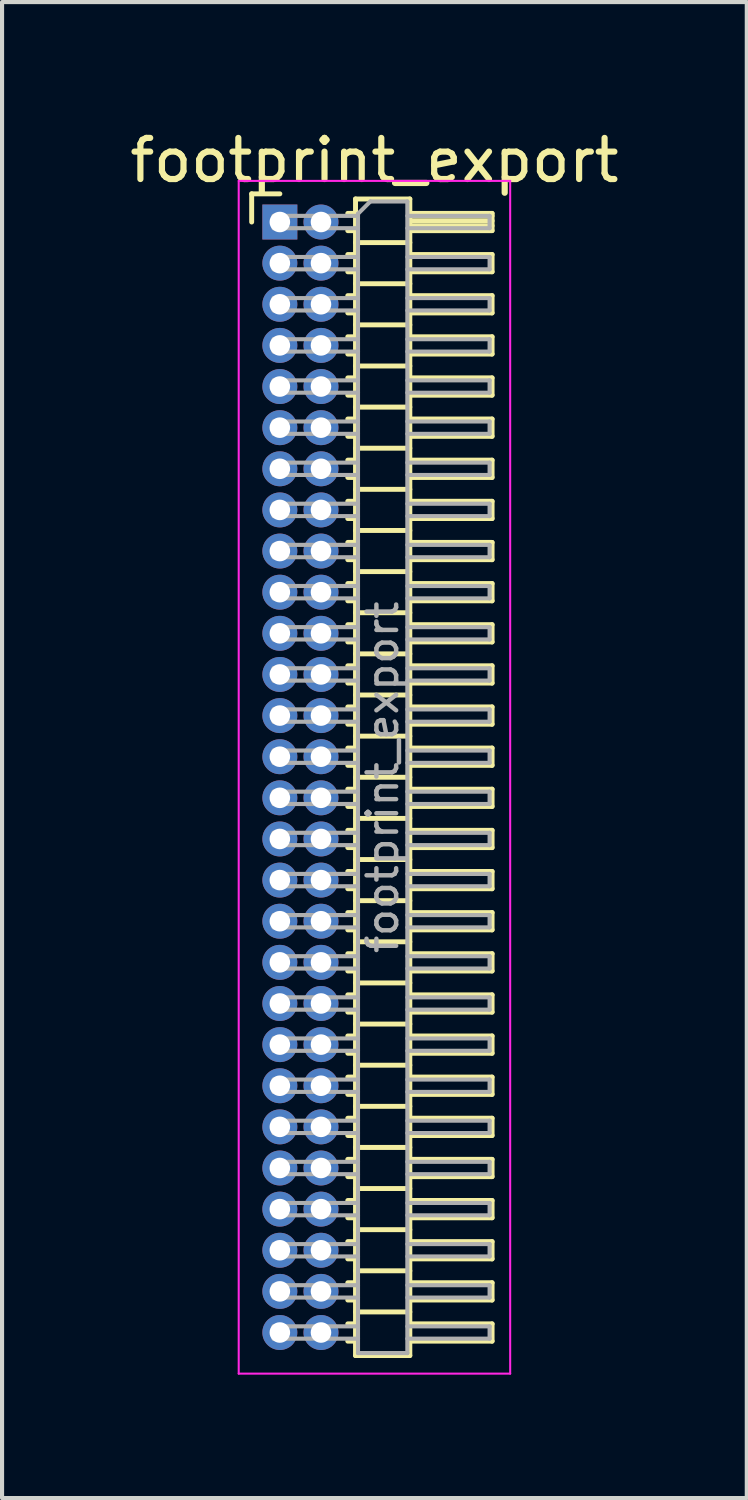
<source format=kicad_pcb>
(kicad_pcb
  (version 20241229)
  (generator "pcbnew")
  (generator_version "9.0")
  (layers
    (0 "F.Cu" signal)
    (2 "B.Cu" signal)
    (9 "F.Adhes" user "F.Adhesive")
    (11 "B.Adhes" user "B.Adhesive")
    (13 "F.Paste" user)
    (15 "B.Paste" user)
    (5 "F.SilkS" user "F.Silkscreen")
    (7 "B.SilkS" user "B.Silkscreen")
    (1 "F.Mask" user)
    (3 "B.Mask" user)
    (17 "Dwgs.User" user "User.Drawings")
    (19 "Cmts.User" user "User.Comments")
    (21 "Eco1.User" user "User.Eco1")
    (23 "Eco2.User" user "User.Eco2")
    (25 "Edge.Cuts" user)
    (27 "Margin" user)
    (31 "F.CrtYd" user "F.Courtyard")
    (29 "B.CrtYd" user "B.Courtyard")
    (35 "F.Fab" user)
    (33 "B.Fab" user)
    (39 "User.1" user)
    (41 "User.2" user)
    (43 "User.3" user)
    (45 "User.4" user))
  (footprint "footprint_export"
    (layer "F.Cu")
    (at 3.754 2.348)
    (property "Reference" "footprint_export" (at 2.3 -1.5 0) (layer "F.SilkS") (effects (font (size 1 1) (thickness 0.15))))
    (attr through_hole)
    (fp_line (start -0.685 -0.685) (end 0 -0.685) (stroke (width 0.12) (type solid)) (layer "F.SilkS"))
    (fp_line (start -0.685 0) (end -0.685 -0.685) (stroke (width 0.12) (type solid)) (layer "F.SilkS"))
    (fp_line (start 1.652 -0.21) (end 1.84 -0.21) (stroke (width 0.12) (type solid)) (layer "F.SilkS"))
    (fp_line (start 1.652 0.21) (end 1.84 0.21) (stroke (width 0.12) (type solid)) (layer "F.SilkS"))
    (fp_line (start 1.652 0.79) (end 1.84 0.79) (stroke (width 0.12) (type solid)) (layer "F.SilkS"))
    (fp_line (start 1.652 1.21) (end 1.84 1.21) (stroke (width 0.12) (type solid)) (layer "F.SilkS"))
    (fp_line (start 1.652 1.79) (end 1.84 1.79) (stroke (width 0.12) (type solid)) (layer "F.SilkS"))
    (fp_line (start 1.652 2.21) (end 1.84 2.21) (stroke (width 0.12) (type solid)) (layer "F.SilkS"))
    (fp_line (start 1.652 2.79) (end 1.84 2.79) (stroke (width 0.12) (type solid)) (layer "F.SilkS"))
    (fp_line (start 1.652 3.21) (end 1.84 3.21) (stroke (width 0.12) (type solid)) (layer "F.SilkS"))
    (fp_line (start 1.652 3.79) (end 1.84 3.79) (stroke (width 0.12) (type solid)) (layer "F.SilkS"))
    (fp_line (start 1.652 4.21) (end 1.84 4.21) (stroke (width 0.12) (type solid)) (layer "F.SilkS"))
    (fp_line (start 1.652 4.79) (end 1.84 4.79) (stroke (width 0.12) (type solid)) (layer "F.SilkS"))
    (fp_line (start 1.652 5.21) (end 1.84 5.21) (stroke (width 0.12) (type solid)) (layer "F.SilkS"))
    (fp_line (start 1.652 5.79) (end 1.84 5.79) (stroke (width 0.12) (type solid)) (layer "F.SilkS"))
    (fp_line (start 1.652 6.21) (end 1.84 6.21) (stroke (width 0.12) (type solid)) (layer "F.SilkS"))
    (fp_line (start 1.652 6.79) (end 1.84 6.79) (stroke (width 0.12) (type solid)) (layer "F.SilkS"))
    (fp_line (start 1.652 7.21) (end 1.84 7.21) (stroke (width 0.12) (type solid)) (layer "F.SilkS"))
    (fp_line (start 1.652 7.79) (end 1.84 7.79) (stroke (width 0.12) (type solid)) (layer "F.SilkS"))
    (fp_line (start 1.652 8.21) (end 1.84 8.21) (stroke (width 0.12) (type solid)) (layer "F.SilkS"))
    (fp_line (start 1.652 8.79) (end 1.84 8.79) (stroke (width 0.12) (type solid)) (layer "F.SilkS"))
    (fp_line (start 1.652 9.21) (end 1.84 9.21) (stroke (width 0.12) (type solid)) (layer "F.SilkS"))
    (fp_line (start 1.652 9.79) (end 1.84 9.79) (stroke (width 0.12) (type solid)) (layer "F.SilkS"))
    (fp_line (start 1.652 10.21) (end 1.84 10.21) (stroke (width 0.12) (type solid)) (layer "F.SilkS"))
    (fp_line (start 1.652 10.79) (end 1.84 10.79) (stroke (width 0.12) (type solid)) (layer "F.SilkS"))
    (fp_line (start 1.652 11.21) (end 1.84 11.21) (stroke (width 0.12) (type solid)) (layer "F.SilkS"))
    (fp_line (start 1.652 11.79) (end 1.84 11.79) (stroke (width 0.12) (type solid)) (layer "F.SilkS"))
    (fp_line (start 1.652 12.21) (end 1.84 12.21) (stroke (width 0.12) (type solid)) (layer "F.SilkS"))
    (fp_line (start 1.652 12.79) (end 1.84 12.79) (stroke (width 0.12) (type solid)) (layer "F.SilkS"))
    (fp_line (start 1.652 13.21) (end 1.84 13.21) (stroke (width 0.12) (type solid)) (layer "F.SilkS"))
    (fp_line (start 1.652 13.79) (end 1.84 13.79) (stroke (width 0.12) (type solid)) (layer "F.SilkS"))
    (fp_line (start 1.652 14.21) (end 1.84 14.21) (stroke (width 0.12) (type solid)) (layer "F.SilkS"))
    (fp_line (start 1.652 14.79) (end 1.84 14.79) (stroke (width 0.12) (type solid)) (layer "F.SilkS"))
    (fp_line (start 1.652 15.21) (end 1.84 15.21) (stroke (width 0.12) (type solid)) (layer "F.SilkS"))
    (fp_line (start 1.652 15.79) (end 1.84 15.79) (stroke (width 0.12) (type solid)) (layer "F.SilkS"))
    (fp_line (start 1.652 16.21) (end 1.84 16.21) (stroke (width 0.12) (type solid)) (layer "F.SilkS"))
    (fp_line (start 1.652 16.79) (end 1.84 16.79) (stroke (width 0.12) (type solid)) (layer "F.SilkS"))
    (fp_line (start 1.652 17.21) (end 1.84 17.21) (stroke (width 0.12) (type solid)) (layer "F.SilkS"))
    (fp_line (start 1.652 17.79) (end 1.84 17.79) (stroke (width 0.12) (type solid)) (layer "F.SilkS"))
    (fp_line (start 1.652 18.21) (end 1.84 18.21) (stroke (width 0.12) (type solid)) (layer "F.SilkS"))
    (fp_line (start 1.652 18.79) (end 1.84 18.79) (stroke (width 0.12) (type solid)) (layer "F.SilkS"))
    (fp_line (start 1.652 19.21) (end 1.84 19.21) (stroke (width 0.12) (type solid)) (layer "F.SilkS"))
    (fp_line (start 1.652 19.79) (end 1.84 19.79) (stroke (width 0.12) (type solid)) (layer "F.SilkS"))
    (fp_line (start 1.652 20.21) (end 1.84 20.21) (stroke (width 0.12) (type solid)) (layer "F.SilkS"))
    (fp_line (start 1.652 20.79) (end 1.84 20.79) (stroke (width 0.12) (type solid)) (layer "F.SilkS"))
    (fp_line (start 1.652 21.21) (end 1.84 21.21) (stroke (width 0.12) (type solid)) (layer "F.SilkS"))
    (fp_line (start 1.652 21.79) (end 1.84 21.79) (stroke (width 0.12) (type solid)) (layer "F.SilkS"))
    (fp_line (start 1.652 22.21) (end 1.84 22.21) (stroke (width 0.12) (type solid)) (layer "F.SilkS"))
    (fp_line (start 1.652 22.79) (end 1.84 22.79) (stroke (width 0.12) (type solid)) (layer "F.SilkS"))
    (fp_line (start 1.652 23.21) (end 1.84 23.21) (stroke (width 0.12) (type solid)) (layer "F.SilkS"))
    (fp_line (start 1.652 23.79) (end 1.84 23.79) (stroke (width 0.12) (type solid)) (layer "F.SilkS"))
    (fp_line (start 1.652 24.21) (end 1.84 24.21) (stroke (width 0.12) (type solid)) (layer "F.SilkS"))
    (fp_line (start 1.652 24.79) (end 1.84 24.79) (stroke (width 0.12) (type solid)) (layer "F.SilkS"))
    (fp_line (start 1.652 25.21) (end 1.84 25.21) (stroke (width 0.12) (type solid)) (layer "F.SilkS"))
    (fp_line (start 1.652 25.79) (end 1.84 25.79) (stroke (width 0.12) (type solid)) (layer "F.SilkS"))
    (fp_line (start 1.652 26.21) (end 1.84 26.21) (stroke (width 0.12) (type solid)) (layer "F.SilkS"))
    (fp_line (start 1.652 26.79) (end 1.84 26.79) (stroke (width 0.12) (type solid)) (layer "F.SilkS"))
    (fp_line (start 1.652 27.21) (end 1.84 27.21) (stroke (width 0.12) (type solid)) (layer "F.SilkS"))
    (fp_line (start 1.84 -0.56) (end 1.84 27.56) (stroke (width 0.12) (type solid)) (layer "F.SilkS"))
    (fp_line (start 1.84 0.5) (end 3.16 0.5) (stroke (width 0.12) (type solid)) (layer "F.SilkS"))
    (fp_line (start 1.84 1.5) (end 3.16 1.5) (stroke (width 0.12) (type solid)) (layer "F.SilkS"))
    (fp_line (start 1.84 2.5) (end 3.16 2.5) (stroke (width 0.12) (type solid)) (layer "F.SilkS"))
    (fp_line (start 1.84 3.5) (end 3.16 3.5) (stroke (width 0.12) (type solid)) (layer "F.SilkS"))
    (fp_line (start 1.84 4.5) (end 3.16 4.5) (stroke (width 0.12) (type solid)) (layer "F.SilkS"))
    (fp_line (start 1.84 5.5) (end 3.16 5.5) (stroke (width 0.12) (type solid)) (layer "F.SilkS"))
    (fp_line (start 1.84 6.5) (end 3.16 6.5) (stroke (width 0.12) (type solid)) (layer "F.SilkS"))
    (fp_line (start 1.84 7.5) (end 3.16 7.5) (stroke (width 0.12) (type solid)) (layer "F.SilkS"))
    (fp_line (start 1.84 8.5) (end 3.16 8.5) (stroke (width 0.12) (type solid)) (layer "F.SilkS"))
    (fp_line (start 1.84 9.5) (end 3.16 9.5) (stroke (width 0.12) (type solid)) (layer "F.SilkS"))
    (fp_line (start 1.84 10.5) (end 3.16 10.5) (stroke (width 0.12) (type solid)) (layer "F.SilkS"))
    (fp_line (start 1.84 11.5) (end 3.16 11.5) (stroke (width 0.12) (type solid)) (layer "F.SilkS"))
    (fp_line (start 1.84 12.5) (end 3.16 12.5) (stroke (width 0.12) (type solid)) (layer "F.SilkS"))
    (fp_line (start 1.84 13.5) (end 3.16 13.5) (stroke (width 0.12) (type solid)) (layer "F.SilkS"))
    (fp_line (start 1.84 14.5) (end 3.16 14.5) (stroke (width 0.12) (type solid)) (layer "F.SilkS"))
    (fp_line (start 1.84 15.5) (end 3.16 15.5) (stroke (width 0.12) (type solid)) (layer "F.SilkS"))
    (fp_line (start 1.84 16.5) (end 3.16 16.5) (stroke (width 0.12) (type solid)) (layer "F.SilkS"))
    (fp_line (start 1.84 17.5) (end 3.16 17.5) (stroke (width 0.12) (type solid)) (layer "F.SilkS"))
    (fp_line (start 1.84 18.5) (end 3.16 18.5) (stroke (width 0.12) (type solid)) (layer "F.SilkS"))
    (fp_line (start 1.84 19.5) (end 3.16 19.5) (stroke (width 0.12) (type solid)) (layer "F.SilkS"))
    (fp_line (start 1.84 20.5) (end 3.16 20.5) (stroke (width 0.12) (type solid)) (layer "F.SilkS"))
    (fp_line (start 1.84 21.5) (end 3.16 21.5) (stroke (width 0.12) (type solid)) (layer "F.SilkS"))
    (fp_line (start 1.84 22.5) (end 3.16 22.5) (stroke (width 0.12) (type solid)) (layer "F.SilkS"))
    (fp_line (start 1.84 23.5) (end 3.16 23.5) (stroke (width 0.12) (type solid)) (layer "F.SilkS"))
    (fp_line (start 1.84 24.5) (end 3.16 24.5) (stroke (width 0.12) (type solid)) (layer "F.SilkS"))
    (fp_line (start 1.84 25.5) (end 3.16 25.5) (stroke (width 0.12) (type solid)) (layer "F.SilkS"))
    (fp_line (start 1.84 26.5) (end 3.16 26.5) (stroke (width 0.12) (type solid)) (layer "F.SilkS"))
    (fp_line (start 1.84 27.56) (end 3.16 27.56) (stroke (width 0.12) (type solid)) (layer "F.SilkS"))
    (fp_line (start 3.16 -0.56) (end 1.84 -0.56) (stroke (width 0.12) (type solid)) (layer "F.SilkS"))
    (fp_line (start 3.16 -0.21) (end 5.16 -0.21) (stroke (width 0.12) (type solid)) (layer "F.SilkS"))
    (fp_line (start 3.16 -0.15) (end 5.16 -0.15) (stroke (width 0.12) (type solid)) (layer "F.SilkS"))
    (fp_line (start 3.16 -0.03) (end 5.16 -0.03) (stroke (width 0.12) (type solid)) (layer "F.SilkS"))
    (fp_line (start 3.16 0.09) (end 5.16 0.09) (stroke (width 0.12) (type solid)) (layer "F.SilkS"))
    (fp_line (start 3.16 0.79) (end 5.16 0.79) (stroke (width 0.12) (type solid)) (layer "F.SilkS"))
    (fp_line (start 3.16 1.79) (end 5.16 1.79) (stroke (width 0.12) (type solid)) (layer "F.SilkS"))
    (fp_line (start 3.16 2.79) (end 5.16 2.79) (stroke (width 0.12) (type solid)) (layer "F.SilkS"))
    (fp_line (start 3.16 3.79) (end 5.16 3.79) (stroke (width 0.12) (type solid)) (layer "F.SilkS"))
    (fp_line (start 3.16 4.79) (end 5.16 4.79) (stroke (width 0.12) (type solid)) (layer "F.SilkS"))
    (fp_line (start 3.16 5.79) (end 5.16 5.79) (stroke (width 0.12) (type solid)) (layer "F.SilkS"))
    (fp_line (start 3.16 6.79) (end 5.16 6.79) (stroke (width 0.12) (type solid)) (layer "F.SilkS"))
    (fp_line (start 3.16 7.79) (end 5.16 7.79) (stroke (width 0.12) (type solid)) (layer "F.SilkS"))
    (fp_line (start 3.16 8.79) (end 5.16 8.79) (stroke (width 0.12) (type solid)) (layer "F.SilkS"))
    (fp_line (start 3.16 9.79) (end 5.16 9.79) (stroke (width 0.12) (type solid)) (layer "F.SilkS"))
    (fp_line (start 3.16 10.79) (end 5.16 10.79) (stroke (width 0.12) (type solid)) (layer "F.SilkS"))
    (fp_line (start 3.16 11.79) (end 5.16 11.79) (stroke (width 0.12) (type solid)) (layer "F.SilkS"))
    (fp_line (start 3.16 12.79) (end 5.16 12.79) (stroke (width 0.12) (type solid)) (layer "F.SilkS"))
    (fp_line (start 3.16 13.79) (end 5.16 13.79) (stroke (width 0.12) (type solid)) (layer "F.SilkS"))
    (fp_line (start 3.16 14.79) (end 5.16 14.79) (stroke (width 0.12) (type solid)) (layer "F.SilkS"))
    (fp_line (start 3.16 15.79) (end 5.16 15.79) (stroke (width 0.12) (type solid)) (layer "F.SilkS"))
    (fp_line (start 3.16 16.79) (end 5.16 16.79) (stroke (width 0.12) (type solid)) (layer "F.SilkS"))
    (fp_line (start 3.16 17.79) (end 5.16 17.79) (stroke (width 0.12) (type solid)) (layer "F.SilkS"))
    (fp_line (start 3.16 18.79) (end 5.16 18.79) (stroke (width 0.12) (type solid)) (layer "F.SilkS"))
    (fp_line (start 3.16 19.79) (end 5.16 19.79) (stroke (width 0.12) (type solid)) (layer "F.SilkS"))
    (fp_line (start 3.16 20.79) (end 5.16 20.79) (stroke (width 0.12) (type solid)) (layer "F.SilkS"))
    (fp_line (start 3.16 21.79) (end 5.16 21.79) (stroke (width 0.12) (type solid)) (layer "F.SilkS"))
    (fp_line (start 3.16 22.79) (end 5.16 22.79) (stroke (width 0.12) (type solid)) (layer "F.SilkS"))
    (fp_line (start 3.16 23.79) (end 5.16 23.79) (stroke (width 0.12) (type solid)) (layer "F.SilkS"))
    (fp_line (start 3.16 24.79) (end 5.16 24.79) (stroke (width 0.12) (type solid)) (layer "F.SilkS"))
    (fp_line (start 3.16 25.79) (end 5.16 25.79) (stroke (width 0.12) (type solid)) (layer "F.SilkS"))
    (fp_line (start 3.16 26.79) (end 5.16 26.79) (stroke (width 0.12) (type solid)) (layer "F.SilkS"))
    (fp_line (start 3.16 27.56) (end 3.16 -0.56) (stroke (width 0.12) (type solid)) (layer "F.SilkS"))
    (fp_line (start 5.16 -0.21) (end 5.16 0.21) (stroke (width 0.12) (type solid)) (layer "F.SilkS"))
    (fp_line (start 5.16 0.21) (end 3.16 0.21) (stroke (width 0.12) (type solid)) (layer "F.SilkS"))
    (fp_line (start 5.16 0.79) (end 5.16 1.21) (stroke (width 0.12) (type solid)) (layer "F.SilkS"))
    (fp_line (start 5.16 1.21) (end 3.16 1.21) (stroke (width 0.12) (type solid)) (layer "F.SilkS"))
    (fp_line (start 5.16 1.79) (end 5.16 2.21) (stroke (width 0.12) (type solid)) (layer "F.SilkS"))
    (fp_line (start 5.16 2.21) (end 3.16 2.21) (stroke (width 0.12) (type solid)) (layer "F.SilkS"))
    (fp_line (start 5.16 2.79) (end 5.16 3.21) (stroke (width 0.12) (type solid)) (layer "F.SilkS"))
    (fp_line (start 5.16 3.21) (end 3.16 3.21) (stroke (width 0.12) (type solid)) (layer "F.SilkS"))
    (fp_line (start 5.16 3.79) (end 5.16 4.21) (stroke (width 0.12) (type solid)) (layer "F.SilkS"))
    (fp_line (start 5.16 4.21) (end 3.16 4.21) (stroke (width 0.12) (type solid)) (layer "F.SilkS"))
    (fp_line (start 5.16 4.79) (end 5.16 5.21) (stroke (width 0.12) (type solid)) (layer "F.SilkS"))
    (fp_line (start 5.16 5.21) (end 3.16 5.21) (stroke (width 0.12) (type solid)) (layer "F.SilkS"))
    (fp_line (start 5.16 5.79) (end 5.16 6.21) (stroke (width 0.12) (type solid)) (layer "F.SilkS"))
    (fp_line (start 5.16 6.21) (end 3.16 6.21) (stroke (width 0.12) (type solid)) (layer "F.SilkS"))
    (fp_line (start 5.16 6.79) (end 5.16 7.21) (stroke (width 0.12) (type solid)) (layer "F.SilkS"))
    (fp_line (start 5.16 7.21) (end 3.16 7.21) (stroke (width 0.12) (type solid)) (layer "F.SilkS"))
    (fp_line (start 5.16 7.79) (end 5.16 8.21) (stroke (width 0.12) (type solid)) (layer "F.SilkS"))
    (fp_line (start 5.16 8.21) (end 3.16 8.21) (stroke (width 0.12) (type solid)) (layer "F.SilkS"))
    (fp_line (start 5.16 8.79) (end 5.16 9.21) (stroke (width 0.12) (type solid)) (layer "F.SilkS"))
    (fp_line (start 5.16 9.21) (end 3.16 9.21) (stroke (width 0.12) (type solid)) (layer "F.SilkS"))
    (fp_line (start 5.16 9.79) (end 5.16 10.21) (stroke (width 0.12) (type solid)) (layer "F.SilkS"))
    (fp_line (start 5.16 10.21) (end 3.16 10.21) (stroke (width 0.12) (type solid)) (layer "F.SilkS"))
    (fp_line (start 5.16 10.79) (end 5.16 11.21) (stroke (width 0.12) (type solid)) (layer "F.SilkS"))
    (fp_line (start 5.16 11.21) (end 3.16 11.21) (stroke (width 0.12) (type solid)) (layer "F.SilkS"))
    (fp_line (start 5.16 11.79) (end 5.16 12.21) (stroke (width 0.12) (type solid)) (layer "F.SilkS"))
    (fp_line (start 5.16 12.21) (end 3.16 12.21) (stroke (width 0.12) (type solid)) (layer "F.SilkS"))
    (fp_line (start 5.16 12.79) (end 5.16 13.21) (stroke (width 0.12) (type solid)) (layer "F.SilkS"))
    (fp_line (start 5.16 13.21) (end 3.16 13.21) (stroke (width 0.12) (type solid)) (layer "F.SilkS"))
    (fp_line (start 5.16 13.79) (end 5.16 14.21) (stroke (width 0.12) (type solid)) (layer "F.SilkS"))
    (fp_line (start 5.16 14.21) (end 3.16 14.21) (stroke (width 0.12) (type solid)) (layer "F.SilkS"))
    (fp_line (start 5.16 14.79) (end 5.16 15.21) (stroke (width 0.12) (type solid)) (layer "F.SilkS"))
    (fp_line (start 5.16 15.21) (end 3.16 15.21) (stroke (width 0.12) (type solid)) (layer "F.SilkS"))
    (fp_line (start 5.16 15.79) (end 5.16 16.21) (stroke (width 0.12) (type solid)) (layer "F.SilkS"))
    (fp_line (start 5.16 16.21) (end 3.16 16.21) (stroke (width 0.12) (type solid)) (layer "F.SilkS"))
    (fp_line (start 5.16 16.79) (end 5.16 17.21) (stroke (width 0.12) (type solid)) (layer "F.SilkS"))
    (fp_line (start 5.16 17.21) (end 3.16 17.21) (stroke (width 0.12) (type solid)) (layer "F.SilkS"))
    (fp_line (start 5.16 17.79) (end 5.16 18.21) (stroke (width 0.12) (type solid)) (layer "F.SilkS"))
    (fp_line (start 5.16 18.21) (end 3.16 18.21) (stroke (width 0.12) (type solid)) (layer "F.SilkS"))
    (fp_line (start 5.16 18.79) (end 5.16 19.21) (stroke (width 0.12) (type solid)) (layer "F.SilkS"))
    (fp_line (start 5.16 19.21) (end 3.16 19.21) (stroke (width 0.12) (type solid)) (layer "F.SilkS"))
    (fp_line (start 5.16 19.79) (end 5.16 20.21) (stroke (width 0.12) (type solid)) (layer "F.SilkS"))
    (fp_line (start 5.16 20.21) (end 3.16 20.21) (stroke (width 0.12) (type solid)) (layer "F.SilkS"))
    (fp_line (start 5.16 20.79) (end 5.16 21.21) (stroke (width 0.12) (type solid)) (layer "F.SilkS"))
    (fp_line (start 5.16 21.21) (end 3.16 21.21) (stroke (width 0.12) (type solid)) (layer "F.SilkS"))
    (fp_line (start 5.16 21.79) (end 5.16 22.21) (stroke (width 0.12) (type solid)) (layer "F.SilkS"))
    (fp_line (start 5.16 22.21) (end 3.16 22.21) (stroke (width 0.12) (type solid)) (layer "F.SilkS"))
    (fp_line (start 5.16 22.79) (end 5.16 23.21) (stroke (width 0.12) (type solid)) (layer "F.SilkS"))
    (fp_line (start 5.16 23.21) (end 3.16 23.21) (stroke (width 0.12) (type solid)) (layer "F.SilkS"))
    (fp_line (start 5.16 23.79) (end 5.16 24.21) (stroke (width 0.12) (type solid)) (layer "F.SilkS"))
    (fp_line (start 5.16 24.21) (end 3.16 24.21) (stroke (width 0.12) (type solid)) (layer "F.SilkS"))
    (fp_line (start 5.16 24.79) (end 5.16 25.21) (stroke (width 0.12) (type solid)) (layer "F.SilkS"))
    (fp_line (start 5.16 25.21) (end 3.16 25.21) (stroke (width 0.12) (type solid)) (layer "F.SilkS"))
    (fp_line (start 5.16 25.79) (end 5.16 26.21) (stroke (width 0.12) (type solid)) (layer "F.SilkS"))
    (fp_line (start 5.16 26.21) (end 3.16 26.21) (stroke (width 0.12) (type solid)) (layer "F.SilkS"))
    (fp_line (start 5.16 26.79) (end 5.16 27.21) (stroke (width 0.12) (type solid)) (layer "F.SilkS"))
    (fp_line (start 5.16 27.21) (end 3.16 27.21) (stroke (width 0.12) (type solid)) (layer "F.SilkS"))
    (fp_line (start -1 -1) (end -1 28) (stroke (width 0.05) (type solid)) (layer "F.CrtYd"))
    (fp_line (start -1 28) (end 5.6 28) (stroke (width 0.05) (type solid)) (layer "F.CrtYd"))
    (fp_line (start 5.6 -1) (end -1 -1) (stroke (width 0.05) (type solid)) (layer "F.CrtYd"))
    (fp_line (start 5.6 28) (end 5.6 -1) (stroke (width 0.05) (type solid)) (layer "F.CrtYd"))
    (fp_line (start -0.15 -0.15) (end -0.15 0.15) (stroke (width 0.1) (type solid)) (layer "F.Fab"))
    (fp_line (start -0.15 -0.15) (end 1.9 -0.15) (stroke (width 0.1) (type solid)) (layer "F.Fab"))
    (fp_line (start -0.15 0.15) (end 1.9 0.15) (stroke (width 0.1) (type solid)) (layer "F.Fab"))
    (fp_line (start -0.15 0.85) (end -0.15 1.15) (stroke (width 0.1) (type solid)) (layer "F.Fab"))
    (fp_line (start -0.15 0.85) (end 1.9 0.85) (stroke (width 0.1) (type solid)) (layer "F.Fab"))
    (fp_line (start -0.15 1.15) (end 1.9 1.15) (stroke (width 0.1) (type solid)) (layer "F.Fab"))
    (fp_line (start -0.15 1.85) (end -0.15 2.15) (stroke (width 0.1) (type solid)) (layer "F.Fab"))
    (fp_line (start -0.15 1.85) (end 1.9 1.85) (stroke (width 0.1) (type solid)) (layer "F.Fab"))
    (fp_line (start -0.15 2.15) (end 1.9 2.15) (stroke (width 0.1) (type solid)) (layer "F.Fab"))
    (fp_line (start -0.15 2.85) (end -0.15 3.15) (stroke (width 0.1) (type solid)) (layer "F.Fab"))
    (fp_line (start -0.15 2.85) (end 1.9 2.85) (stroke (width 0.1) (type solid)) (layer "F.Fab"))
    (fp_line (start -0.15 3.15) (end 1.9 3.15) (stroke (width 0.1) (type solid)) (layer "F.Fab"))
    (fp_line (start -0.15 3.85) (end -0.15 4.15) (stroke (width 0.1) (type solid)) (layer "F.Fab"))
    (fp_line (start -0.15 3.85) (end 1.9 3.85) (stroke (width 0.1) (type solid)) (layer "F.Fab"))
    (fp_line (start -0.15 4.15) (end 1.9 4.15) (stroke (width 0.1) (type solid)) (layer "F.Fab"))
    (fp_line (start -0.15 4.85) (end -0.15 5.15) (stroke (width 0.1) (type solid)) (layer "F.Fab"))
    (fp_line (start -0.15 4.85) (end 1.9 4.85) (stroke (width 0.1) (type solid)) (layer "F.Fab"))
    (fp_line (start -0.15 5.15) (end 1.9 5.15) (stroke (width 0.1) (type solid)) (layer "F.Fab"))
    (fp_line (start -0.15 5.85) (end -0.15 6.15) (stroke (width 0.1) (type solid)) (layer "F.Fab"))
    (fp_line (start -0.15 5.85) (end 1.9 5.85) (stroke (width 0.1) (type solid)) (layer "F.Fab"))
    (fp_line (start -0.15 6.15) (end 1.9 6.15) (stroke (width 0.1) (type solid)) (layer "F.Fab"))
    (fp_line (start -0.15 6.85) (end -0.15 7.15) (stroke (width 0.1) (type solid)) (layer "F.Fab"))
    (fp_line (start -0.15 6.85) (end 1.9 6.85) (stroke (width 0.1) (type solid)) (layer "F.Fab"))
    (fp_line (start -0.15 7.15) (end 1.9 7.15) (stroke (width 0.1) (type solid)) (layer "F.Fab"))
    (fp_line (start -0.15 7.85) (end -0.15 8.15) (stroke (width 0.1) (type solid)) (layer "F.Fab"))
    (fp_line (start -0.15 7.85) (end 1.9 7.85) (stroke (width 0.1) (type solid)) (layer "F.Fab"))
    (fp_line (start -0.15 8.15) (end 1.9 8.15) (stroke (width 0.1) (type solid)) (layer "F.Fab"))
    (fp_line (start -0.15 8.85) (end -0.15 9.15) (stroke (width 0.1) (type solid)) (layer "F.Fab"))
    (fp_line (start -0.15 8.85) (end 1.9 8.85) (stroke (width 0.1) (type solid)) (layer "F.Fab"))
    (fp_line (start -0.15 9.15) (end 1.9 9.15) (stroke (width 0.1) (type solid)) (layer "F.Fab"))
    (fp_line (start -0.15 9.85) (end -0.15 10.15) (stroke (width 0.1) (type solid)) (layer "F.Fab"))
    (fp_line (start -0.15 9.85) (end 1.9 9.85) (stroke (width 0.1) (type solid)) (layer "F.Fab"))
    (fp_line (start -0.15 10.15) (end 1.9 10.15) (stroke (width 0.1) (type solid)) (layer "F.Fab"))
    (fp_line (start -0.15 10.85) (end -0.15 11.15) (stroke (width 0.1) (type solid)) (layer "F.Fab"))
    (fp_line (start -0.15 10.85) (end 1.9 10.85) (stroke (width 0.1) (type solid)) (layer "F.Fab"))
    (fp_line (start -0.15 11.15) (end 1.9 11.15) (stroke (width 0.1) (type solid)) (layer "F.Fab"))
    (fp_line (start -0.15 11.85) (end -0.15 12.15) (stroke (width 0.1) (type solid)) (layer "F.Fab"))
    (fp_line (start -0.15 11.85) (end 1.9 11.85) (stroke (width 0.1) (type solid)) (layer "F.Fab"))
    (fp_line (start -0.15 12.15) (end 1.9 12.15) (stroke (width 0.1) (type solid)) (layer "F.Fab"))
    (fp_line (start -0.15 12.85) (end -0.15 13.15) (stroke (width 0.1) (type solid)) (layer "F.Fab"))
    (fp_line (start -0.15 12.85) (end 1.9 12.85) (stroke (width 0.1) (type solid)) (layer "F.Fab"))
    (fp_line (start -0.15 13.15) (end 1.9 13.15) (stroke (width 0.1) (type solid)) (layer "F.Fab"))
    (fp_line (start -0.15 13.85) (end -0.15 14.15) (stroke (width 0.1) (type solid)) (layer "F.Fab"))
    (fp_line (start -0.15 13.85) (end 1.9 13.85) (stroke (width 0.1) (type solid)) (layer "F.Fab"))
    (fp_line (start -0.15 14.15) (end 1.9 14.15) (stroke (width 0.1) (type solid)) (layer "F.Fab"))
    (fp_line (start -0.15 14.85) (end -0.15 15.15) (stroke (width 0.1) (type solid)) (layer "F.Fab"))
    (fp_line (start -0.15 14.85) (end 1.9 14.85) (stroke (width 0.1) (type solid)) (layer "F.Fab"))
    (fp_line (start -0.15 15.15) (end 1.9 15.15) (stroke (width 0.1) (type solid)) (layer "F.Fab"))
    (fp_line (start -0.15 15.85) (end -0.15 16.15) (stroke (width 0.1) (type solid)) (layer "F.Fab"))
    (fp_line (start -0.15 15.85) (end 1.9 15.85) (stroke (width 0.1) (type solid)) (layer "F.Fab"))
    (fp_line (start -0.15 16.15) (end 1.9 16.15) (stroke (width 0.1) (type solid)) (layer "F.Fab"))
    (fp_line (start -0.15 16.85) (end -0.15 17.15) (stroke (width 0.1) (type solid)) (layer "F.Fab"))
    (fp_line (start -0.15 16.85) (end 1.9 16.85) (stroke (width 0.1) (type solid)) (layer "F.Fab"))
    (fp_line (start -0.15 17.15) (end 1.9 17.15) (stroke (width 0.1) (type solid)) (layer "F.Fab"))
    (fp_line (start -0.15 17.85) (end -0.15 18.15) (stroke (width 0.1) (type solid)) (layer "F.Fab"))
    (fp_line (start -0.15 17.85) (end 1.9 17.85) (stroke (width 0.1) (type solid)) (layer "F.Fab"))
    (fp_line (start -0.15 18.15) (end 1.9 18.15) (stroke (width 0.1) (type solid)) (layer "F.Fab"))
    (fp_line (start -0.15 18.85) (end -0.15 19.15) (stroke (width 0.1) (type solid)) (layer "F.Fab"))
    (fp_line (start -0.15 18.85) (end 1.9 18.85) (stroke (width 0.1) (type solid)) (layer "F.Fab"))
    (fp_line (start -0.15 19.15) (end 1.9 19.15) (stroke (width 0.1) (type solid)) (layer "F.Fab"))
    (fp_line (start -0.15 19.85) (end -0.15 20.15) (stroke (width 0.1) (type solid)) (layer "F.Fab"))
    (fp_line (start -0.15 19.85) (end 1.9 19.85) (stroke (width 0.1) (type solid)) (layer "F.Fab"))
    (fp_line (start -0.15 20.15) (end 1.9 20.15) (stroke (width 0.1) (type solid)) (layer "F.Fab"))
    (fp_line (start -0.15 20.85) (end -0.15 21.15) (stroke (width 0.1) (type solid)) (layer "F.Fab"))
    (fp_line (start -0.15 20.85) (end 1.9 20.85) (stroke (width 0.1) (type solid)) (layer "F.Fab"))
    (fp_line (start -0.15 21.15) (end 1.9 21.15) (stroke (width 0.1) (type solid)) (layer "F.Fab"))
    (fp_line (start -0.15 21.85) (end -0.15 22.15) (stroke (width 0.1) (type solid)) (layer "F.Fab"))
    (fp_line (start -0.15 21.85) (end 1.9 21.85) (stroke (width 0.1) (type solid)) (layer "F.Fab"))
    (fp_line (start -0.15 22.15) (end 1.9 22.15) (stroke (width 0.1) (type solid)) (layer "F.Fab"))
    (fp_line (start -0.15 22.85) (end -0.15 23.15) (stroke (width 0.1) (type solid)) (layer "F.Fab"))
    (fp_line (start -0.15 22.85) (end 1.9 22.85) (stroke (width 0.1) (type solid)) (layer "F.Fab"))
    (fp_line (start -0.15 23.15) (end 1.9 23.15) (stroke (width 0.1) (type solid)) (layer "F.Fab"))
    (fp_line (start -0.15 23.85) (end -0.15 24.15) (stroke (width 0.1) (type solid)) (layer "F.Fab"))
    (fp_line (start -0.15 23.85) (end 1.9 23.85) (stroke (width 0.1) (type solid)) (layer "F.Fab"))
    (fp_line (start -0.15 24.15) (end 1.9 24.15) (stroke (width 0.1) (type solid)) (layer "F.Fab"))
    (fp_line (start -0.15 24.85) (end -0.15 25.15) (stroke (width 0.1) (type solid)) (layer "F.Fab"))
    (fp_line (start -0.15 24.85) (end 1.9 24.85) (stroke (width 0.1) (type solid)) (layer "F.Fab"))
    (fp_line (start -0.15 25.15) (end 1.9 25.15) (stroke (width 0.1) (type solid)) (layer "F.Fab"))
    (fp_line (start -0.15 25.85) (end -0.15 26.15) (stroke (width 0.1) (type solid)) (layer "F.Fab"))
    (fp_line (start -0.15 25.85) (end 1.9 25.85) (stroke (width 0.1) (type solid)) (layer "F.Fab"))
    (fp_line (start -0.15 26.15) (end 1.9 26.15) (stroke (width 0.1) (type solid)) (layer "F.Fab"))
    (fp_line (start -0.15 26.85) (end -0.15 27.15) (stroke (width 0.1) (type solid)) (layer "F.Fab"))
    (fp_line (start -0.15 26.85) (end 1.9 26.85) (stroke (width 0.1) (type solid)) (layer "F.Fab"))
    (fp_line (start -0.15 27.15) (end 1.9 27.15) (stroke (width 0.1) (type solid)) (layer "F.Fab"))
    (fp_line (start 1.9 -0.2) (end 2.2 -0.5) (stroke (width 0.1) (type solid)) (layer "F.Fab"))
    (fp_line (start 1.9 27.5) (end 1.9 -0.2) (stroke (width 0.1) (type solid)) (layer "F.Fab"))
    (fp_line (start 2.2 -0.5) (end 3.1 -0.5) (stroke (width 0.1) (type solid)) (layer "F.Fab"))
    (fp_line (start 3.1 -0.5) (end 3.1 27.5) (stroke (width 0.1) (type solid)) (layer "F.Fab"))
    (fp_line (start 3.1 -0.15) (end 5.1 -0.15) (stroke (width 0.1) (type solid)) (layer "F.Fab"))
    (fp_line (start 3.1 0.15) (end 5.1 0.15) (stroke (width 0.1) (type solid)) (layer "F.Fab"))
    (fp_line (start 3.1 0.85) (end 5.1 0.85) (stroke (width 0.1) (type solid)) (layer "F.Fab"))
    (fp_line (start 3.1 1.15) (end 5.1 1.15) (stroke (width 0.1) (type solid)) (layer "F.Fab"))
    (fp_line (start 3.1 1.85) (end 5.1 1.85) (stroke (width 0.1) (type solid)) (layer "F.Fab"))
    (fp_line (start 3.1 2.15) (end 5.1 2.15) (stroke (width 0.1) (type solid)) (layer "F.Fab"))
    (fp_line (start 3.1 2.85) (end 5.1 2.85) (stroke (width 0.1) (type solid)) (layer "F.Fab"))
    (fp_line (start 3.1 3.15) (end 5.1 3.15) (stroke (width 0.1) (type solid)) (layer "F.Fab"))
    (fp_line (start 3.1 3.85) (end 5.1 3.85) (stroke (width 0.1) (type solid)) (layer "F.Fab"))
    (fp_line (start 3.1 4.15) (end 5.1 4.15) (stroke (width 0.1) (type solid)) (layer "F.Fab"))
    (fp_line (start 3.1 4.85) (end 5.1 4.85) (stroke (width 0.1) (type solid)) (layer "F.Fab"))
    (fp_line (start 3.1 5.15) (end 5.1 5.15) (stroke (width 0.1) (type solid)) (layer "F.Fab"))
    (fp_line (start 3.1 5.85) (end 5.1 5.85) (stroke (width 0.1) (type solid)) (layer "F.Fab"))
    (fp_line (start 3.1 6.15) (end 5.1 6.15) (stroke (width 0.1) (type solid)) (layer "F.Fab"))
    (fp_line (start 3.1 6.85) (end 5.1 6.85) (stroke (width 0.1) (type solid)) (layer "F.Fab"))
    (fp_line (start 3.1 7.15) (end 5.1 7.15) (stroke (width 0.1) (type solid)) (layer "F.Fab"))
    (fp_line (start 3.1 7.85) (end 5.1 7.85) (stroke (width 0.1) (type solid)) (layer "F.Fab"))
    (fp_line (start 3.1 8.15) (end 5.1 8.15) (stroke (width 0.1) (type solid)) (layer "F.Fab"))
    (fp_line (start 3.1 8.85) (end 5.1 8.85) (stroke (width 0.1) (type solid)) (layer "F.Fab"))
    (fp_line (start 3.1 9.15) (end 5.1 9.15) (stroke (width 0.1) (type solid)) (layer "F.Fab"))
    (fp_line (start 3.1 9.85) (end 5.1 9.85) (stroke (width 0.1) (type solid)) (layer "F.Fab"))
    (fp_line (start 3.1 10.15) (end 5.1 10.15) (stroke (width 0.1) (type solid)) (layer "F.Fab"))
    (fp_line (start 3.1 10.85) (end 5.1 10.85) (stroke (width 0.1) (type solid)) (layer "F.Fab"))
    (fp_line (start 3.1 11.15) (end 5.1 11.15) (stroke (width 0.1) (type solid)) (layer "F.Fab"))
    (fp_line (start 3.1 11.85) (end 5.1 11.85) (stroke (width 0.1) (type solid)) (layer "F.Fab"))
    (fp_line (start 3.1 12.15) (end 5.1 12.15) (stroke (width 0.1) (type solid)) (layer "F.Fab"))
    (fp_line (start 3.1 12.85) (end 5.1 12.85) (stroke (width 0.1) (type solid)) (layer "F.Fab"))
    (fp_line (start 3.1 13.15) (end 5.1 13.15) (stroke (width 0.1) (type solid)) (layer "F.Fab"))
    (fp_line (start 3.1 13.85) (end 5.1 13.85) (stroke (width 0.1) (type solid)) (layer "F.Fab"))
    (fp_line (start 3.1 14.15) (end 5.1 14.15) (stroke (width 0.1) (type solid)) (layer "F.Fab"))
    (fp_line (start 3.1 14.85) (end 5.1 14.85) (stroke (width 0.1) (type solid)) (layer "F.Fab"))
    (fp_line (start 3.1 15.15) (end 5.1 15.15) (stroke (width 0.1) (type solid)) (layer "F.Fab"))
    (fp_line (start 3.1 15.85) (end 5.1 15.85) (stroke (width 0.1) (type solid)) (layer "F.Fab"))
    (fp_line (start 3.1 16.15) (end 5.1 16.15) (stroke (width 0.1) (type solid)) (layer "F.Fab"))
    (fp_line (start 3.1 16.85) (end 5.1 16.85) (stroke (width 0.1) (type solid)) (layer "F.Fab"))
    (fp_line (start 3.1 17.15) (end 5.1 17.15) (stroke (width 0.1) (type solid)) (layer "F.Fab"))
    (fp_line (start 3.1 17.85) (end 5.1 17.85) (stroke (width 0.1) (type solid)) (layer "F.Fab"))
    (fp_line (start 3.1 18.15) (end 5.1 18.15) (stroke (width 0.1) (type solid)) (layer "F.Fab"))
    (fp_line (start 3.1 18.85) (end 5.1 18.85) (stroke (width 0.1) (type solid)) (layer "F.Fab"))
    (fp_line (start 3.1 19.15) (end 5.1 19.15) (stroke (width 0.1) (type solid)) (layer "F.Fab"))
    (fp_line (start 3.1 19.85) (end 5.1 19.85) (stroke (width 0.1) (type solid)) (layer "F.Fab"))
    (fp_line (start 3.1 20.15) (end 5.1 20.15) (stroke (width 0.1) (type solid)) (layer "F.Fab"))
    (fp_line (start 3.1 20.85) (end 5.1 20.85) (stroke (width 0.1) (type solid)) (layer "F.Fab"))
    (fp_line (start 3.1 21.15) (end 5.1 21.15) (stroke (width 0.1) (type solid)) (layer "F.Fab"))
    (fp_line (start 3.1 21.85) (end 5.1 21.85) (stroke (width 0.1) (type solid)) (layer "F.Fab"))
    (fp_line (start 3.1 22.15) (end 5.1 22.15) (stroke (width 0.1) (type solid)) (layer "F.Fab"))
    (fp_line (start 3.1 22.85) (end 5.1 22.85) (stroke (width 0.1) (type solid)) (layer "F.Fab"))
    (fp_line (start 3.1 23.15) (end 5.1 23.15) (stroke (width 0.1) (type solid)) (layer "F.Fab"))
    (fp_line (start 3.1 23.85) (end 5.1 23.85) (stroke (width 0.1) (type solid)) (layer "F.Fab"))
    (fp_line (start 3.1 24.15) (end 5.1 24.15) (stroke (width 0.1) (type solid)) (layer "F.Fab"))
    (fp_line (start 3.1 24.85) (end 5.1 24.85) (stroke (width 0.1) (type solid)) (layer "F.Fab"))
    (fp_line (start 3.1 25.15) (end 5.1 25.15) (stroke (width 0.1) (type solid)) (layer "F.Fab"))
    (fp_line (start 3.1 25.85) (end 5.1 25.85) (stroke (width 0.1) (type solid)) (layer "F.Fab"))
    (fp_line (start 3.1 26.15) (end 5.1 26.15) (stroke (width 0.1) (type solid)) (layer "F.Fab"))
    (fp_line (start 3.1 26.85) (end 5.1 26.85) (stroke (width 0.1) (type solid)) (layer "F.Fab"))
    (fp_line (start 3.1 27.15) (end 5.1 27.15) (stroke (width 0.1) (type solid)) (layer "F.Fab"))
    (fp_line (start 3.1 27.5) (end 1.9 27.5) (stroke (width 0.1) (type solid)) (layer "F.Fab"))
    (fp_line (start 5.1 -0.15) (end 5.1 0.15) (stroke (width 0.1) (type solid)) (layer "F.Fab"))
    (fp_line (start 5.1 0.85) (end 5.1 1.15) (stroke (width 0.1) (type solid)) (layer "F.Fab"))
    (fp_line (start 5.1 1.85) (end 5.1 2.15) (stroke (width 0.1) (type solid)) (layer "F.Fab"))
    (fp_line (start 5.1 2.85) (end 5.1 3.15) (stroke (width 0.1) (type solid)) (layer "F.Fab"))
    (fp_line (start 5.1 3.85) (end 5.1 4.15) (stroke (width 0.1) (type solid)) (layer "F.Fab"))
    (fp_line (start 5.1 4.85) (end 5.1 5.15) (stroke (width 0.1) (type solid)) (layer "F.Fab"))
    (fp_line (start 5.1 5.85) (end 5.1 6.15) (stroke (width 0.1) (type solid)) (layer "F.Fab"))
    (fp_line (start 5.1 6.85) (end 5.1 7.15) (stroke (width 0.1) (type solid)) (layer "F.Fab"))
    (fp_line (start 5.1 7.85) (end 5.1 8.15) (stroke (width 0.1) (type solid)) (layer "F.Fab"))
    (fp_line (start 5.1 8.85) (end 5.1 9.15) (stroke (width 0.1) (type solid)) (layer "F.Fab"))
    (fp_line (start 5.1 9.85) (end 5.1 10.15) (stroke (width 0.1) (type solid)) (layer "F.Fab"))
    (fp_line (start 5.1 10.85) (end 5.1 11.15) (stroke (width 0.1) (type solid)) (layer "F.Fab"))
    (fp_line (start 5.1 11.85) (end 5.1 12.15) (stroke (width 0.1) (type solid)) (layer "F.Fab"))
    (fp_line (start 5.1 12.85) (end 5.1 13.15) (stroke (width 0.1) (type solid)) (layer "F.Fab"))
    (fp_line (start 5.1 13.85) (end 5.1 14.15) (stroke (width 0.1) (type solid)) (layer "F.Fab"))
    (fp_line (start 5.1 14.85) (end 5.1 15.15) (stroke (width 0.1) (type solid)) (layer "F.Fab"))
    (fp_line (start 5.1 15.85) (end 5.1 16.15) (stroke (width 0.1) (type solid)) (layer "F.Fab"))
    (fp_line (start 5.1 16.85) (end 5.1 17.15) (stroke (width 0.1) (type solid)) (layer "F.Fab"))
    (fp_line (start 5.1 17.85) (end 5.1 18.15) (stroke (width 0.1) (type solid)) (layer "F.Fab"))
    (fp_line (start 5.1 18.85) (end 5.1 19.15) (stroke (width 0.1) (type solid)) (layer "F.Fab"))
    (fp_line (start 5.1 19.85) (end 5.1 20.15) (stroke (width 0.1) (type solid)) (layer "F.Fab"))
    (fp_line (start 5.1 20.85) (end 5.1 21.15) (stroke (width 0.1) (type solid)) (layer "F.Fab"))
    (fp_line (start 5.1 21.85) (end 5.1 22.15) (stroke (width 0.1) (type solid)) (layer "F.Fab"))
    (fp_line (start 5.1 22.85) (end 5.1 23.15) (stroke (width 0.1) (type solid)) (layer "F.Fab"))
    (fp_line (start 5.1 23.85) (end 5.1 24.15) (stroke (width 0.1) (type solid)) (layer "F.Fab"))
    (fp_line (start 5.1 24.85) (end 5.1 25.15) (stroke (width 0.1) (type solid)) (layer "F.Fab"))
    (fp_line (start 5.1 25.85) (end 5.1 26.15) (stroke (width 0.1) (type solid)) (layer "F.Fab"))
    (fp_line (start 5.1 26.85) (end 5.1 27.15) (stroke (width 0.1) (type solid)) (layer "F.Fab"))
    (fp_text user "${REFERENCE}" (at 2.5 13.5 90) (layer "F.Fab") (effects (font (size 0.72 0.72) (thickness 0.108))))
    (pad "1" thru_hole rect (at 0 0) (size 0.85 0.85) (drill 0.5) (layers "*.Cu" "*.Mask"))
    (pad "2" thru_hole oval (at 1 0) (size 0.85 0.85) (drill 0.5) (layers "*.Cu" "*.Mask"))
    (pad "3" thru_hole oval (at 0 1) (size 0.85 0.85) (drill 0.5) (layers "*.Cu" "*.Mask"))
    (pad "4" thru_hole oval (at 1 1) (size 0.85 0.85) (drill 0.5) (layers "*.Cu" "*.Mask"))
    (pad "5" thru_hole oval (at 0 2) (size 0.85 0.85) (drill 0.5) (layers "*.Cu" "*.Mask"))
    (pad "6" thru_hole oval (at 1 2) (size 0.85 0.85) (drill 0.5) (layers "*.Cu" "*.Mask"))
    (pad "7" thru_hole oval (at 0 3) (size 0.85 0.85) (drill 0.5) (layers "*.Cu" "*.Mask"))
    (pad "8" thru_hole oval (at 1 3) (size 0.85 0.85) (drill 0.5) (layers "*.Cu" "*.Mask"))
    (pad "9" thru_hole oval (at 0 4) (size 0.85 0.85) (drill 0.5) (layers "*.Cu" "*.Mask"))
    (pad "10" thru_hole oval (at 1 4) (size 0.85 0.85) (drill 0.5) (layers "*.Cu" "*.Mask"))
    (pad "11" thru_hole oval (at 0 5) (size 0.85 0.85) (drill 0.5) (layers "*.Cu" "*.Mask"))
    (pad "12" thru_hole oval (at 1 5) (size 0.85 0.85) (drill 0.5) (layers "*.Cu" "*.Mask"))
    (pad "13" thru_hole oval (at 0 6) (size 0.85 0.85) (drill 0.5) (layers "*.Cu" "*.Mask"))
    (pad "14" thru_hole oval (at 1 6) (size 0.85 0.85) (drill 0.5) (layers "*.Cu" "*.Mask"))
    (pad "15" thru_hole oval (at 0 7) (size 0.85 0.85) (drill 0.5) (layers "*.Cu" "*.Mask"))
    (pad "16" thru_hole oval (at 1 7) (size 0.85 0.85) (drill 0.5) (layers "*.Cu" "*.Mask"))
    (pad "17" thru_hole oval (at 0 8) (size 0.85 0.85) (drill 0.5) (layers "*.Cu" "*.Mask"))
    (pad "18" thru_hole oval (at 1 8) (size 0.85 0.85) (drill 0.5) (layers "*.Cu" "*.Mask"))
    (pad "19" thru_hole oval (at 0 9) (size 0.85 0.85) (drill 0.5) (layers "*.Cu" "*.Mask"))
    (pad "20" thru_hole oval (at 1 9) (size 0.85 0.85) (drill 0.5) (layers "*.Cu" "*.Mask"))
    (pad "21" thru_hole oval (at 0 10) (size 0.85 0.85) (drill 0.5) (layers "*.Cu" "*.Mask"))
    (pad "22" thru_hole oval (at 1 10) (size 0.85 0.85) (drill 0.5) (layers "*.Cu" "*.Mask"))
    (pad "23" thru_hole oval (at 0 11) (size 0.85 0.85) (drill 0.5) (layers "*.Cu" "*.Mask"))
    (pad "24" thru_hole oval (at 1 11) (size 0.85 0.85) (drill 0.5) (layers "*.Cu" "*.Mask"))
    (pad "25" thru_hole oval (at 0 12) (size 0.85 0.85) (drill 0.5) (layers "*.Cu" "*.Mask"))
    (pad "26" thru_hole oval (at 1 12) (size 0.85 0.85) (drill 0.5) (layers "*.Cu" "*.Mask"))
    (pad "27" thru_hole oval (at 0 13) (size 0.85 0.85) (drill 0.5) (layers "*.Cu" "*.Mask"))
    (pad "28" thru_hole oval (at 1 13) (size 0.85 0.85) (drill 0.5) (layers "*.Cu" "*.Mask"))
    (pad "29" thru_hole oval (at 0 14) (size 0.85 0.85) (drill 0.5) (layers "*.Cu" "*.Mask"))
    (pad "30" thru_hole oval (at 1 14) (size 0.85 0.85) (drill 0.5) (layers "*.Cu" "*.Mask"))
    (pad "31" thru_hole oval (at 0 15) (size 0.85 0.85) (drill 0.5) (layers "*.Cu" "*.Mask"))
    (pad "32" thru_hole oval (at 1 15) (size 0.85 0.85) (drill 0.5) (layers "*.Cu" "*.Mask"))
    (pad "33" thru_hole oval (at 0 16) (size 0.85 0.85) (drill 0.5) (layers "*.Cu" "*.Mask"))
    (pad "34" thru_hole oval (at 1 16) (size 0.85 0.85) (drill 0.5) (layers "*.Cu" "*.Mask"))
    (pad "35" thru_hole oval (at 0 17) (size 0.85 0.85) (drill 0.5) (layers "*.Cu" "*.Mask"))
    (pad "36" thru_hole oval (at 1 17) (size 0.85 0.85) (drill 0.5) (layers "*.Cu" "*.Mask"))
    (pad "37" thru_hole oval (at 0 18) (size 0.85 0.85) (drill 0.5) (layers "*.Cu" "*.Mask"))
    (pad "38" thru_hole oval (at 1 18) (size 0.85 0.85) (drill 0.5) (layers "*.Cu" "*.Mask"))
    (pad "39" thru_hole oval (at 0 19) (size 0.85 0.85) (drill 0.5) (layers "*.Cu" "*.Mask"))
    (pad "40" thru_hole oval (at 1 19) (size 0.85 0.85) (drill 0.5) (layers "*.Cu" "*.Mask"))
    (pad "41" thru_hole oval (at 0 20) (size 0.85 0.85) (drill 0.5) (layers "*.Cu" "*.Mask"))
    (pad "42" thru_hole oval (at 1 20) (size 0.85 0.85) (drill 0.5) (layers "*.Cu" "*.Mask"))
    (pad "43" thru_hole oval (at 0 21) (size 0.85 0.85) (drill 0.5) (layers "*.Cu" "*.Mask"))
    (pad "44" thru_hole oval (at 1 21) (size 0.85 0.85) (drill 0.5) (layers "*.Cu" "*.Mask"))
    (pad "45" thru_hole oval (at 0 22) (size 0.85 0.85) (drill 0.5) (layers "*.Cu" "*.Mask"))
    (pad "46" thru_hole oval (at 1 22) (size 0.85 0.85) (drill 0.5) (layers "*.Cu" "*.Mask"))
    (pad "47" thru_hole oval (at 0 23) (size 0.85 0.85) (drill 0.5) (layers "*.Cu" "*.Mask"))
    (pad "48" thru_hole oval (at 1 23) (size 0.85 0.85) (drill 0.5) (layers "*.Cu" "*.Mask"))
    (pad "49" thru_hole oval (at 0 24) (size 0.85 0.85) (drill 0.5) (layers "*.Cu" "*.Mask"))
    (pad "50" thru_hole oval (at 1 24) (size 0.85 0.85) (drill 0.5) (layers "*.Cu" "*.Mask"))
    (pad "51" thru_hole oval (at 0 25) (size 0.85 0.85) (drill 0.5) (layers "*.Cu" "*.Mask"))
    (pad "52" thru_hole oval (at 1 25) (size 0.85 0.85) (drill 0.5) (layers "*.Cu" "*.Mask"))
    (pad "53" thru_hole oval (at 0 26) (size 0.85 0.85) (drill 0.5) (layers "*.Cu" "*.Mask"))
    (pad "54" thru_hole oval (at 1 26) (size 0.85 0.85) (drill 0.5) (layers "*.Cu" "*.Mask"))
    (pad "55" thru_hole oval (at 0 27) (size 0.85 0.85) (drill 0.5) (layers "*.Cu" "*.Mask"))
    (pad "56" thru_hole oval (at 1 27) (size 0.85 0.85) (drill 0.5) (layers "*.Cu" "*.Mask")))
  (gr_rect
    (start -3 -3)
    (end 15.107 33.373)
    (stroke (width 0.1) (type default))
    (fill no)
    (layer "Edge.Cuts")))
</source>
